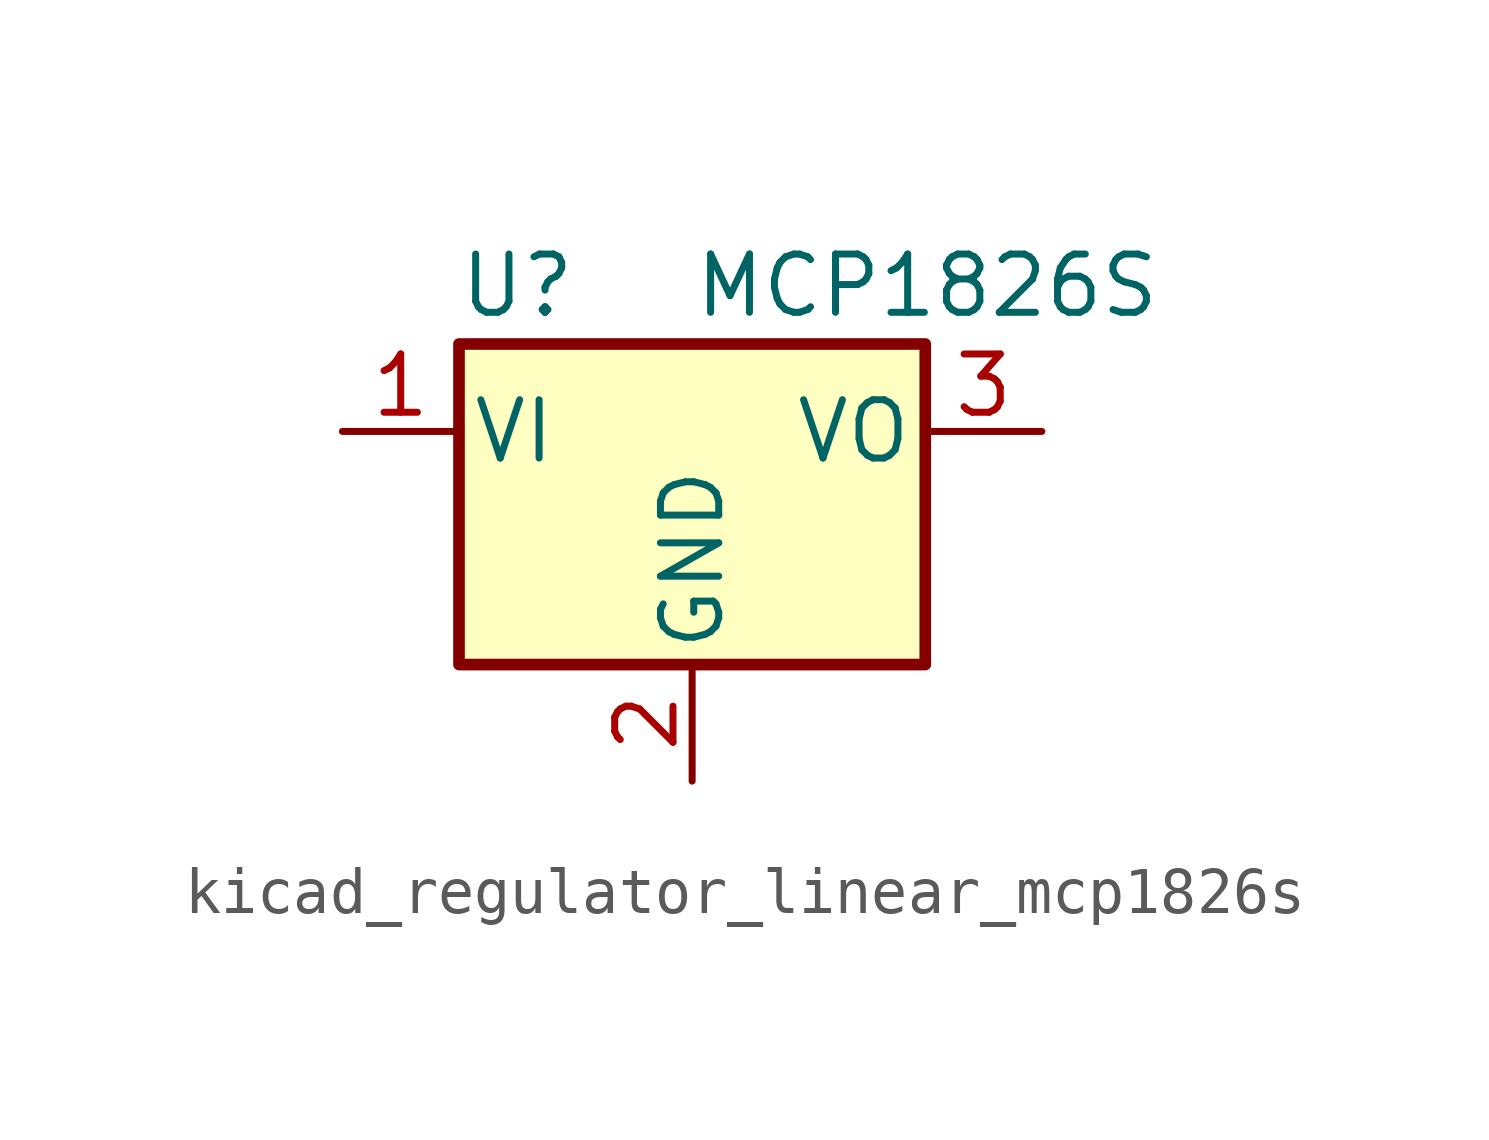
<source format=kicad_sym>
(kicad_symbol_lib
  (version 20220914)
  (generator kicad_symbol_editor)
  (symbol "kicad_regulator_linear_mcp1826s"
    (pin_names
      (offset 0.254))
    (property "Reference" "U"
      (at -3.81 3.175 0)
      (effects (font (size 1.27 1.27))))
    (property "Value" "MCP1826S"
      (at 0 3.175 0)
      (effects (font (size 1.27 1.27)) (justify left)))
    (symbol "kicad_regulator_linear_mcp1826s_0_1"
      (rectangle (start -5.08 1.905) (end 5.08 -5.08) (stroke (width 0.254) (type default)) (fill (type background))))
    (symbol "kicad_regulator_linear_mcp1826s_1_1"
      (pin power_in line (at -7.62 0 0) (length 2.54) (name "VI" (effects (font (size 1.27 1.27)))) (number "1" (effects (font (size 1.27 1.27)))))
      (pin power_in line (at 0 -7.62 90) (length 2.54) (name "GND" (effects (font (size 1.27 1.27)))) (number "2" (effects (font (size 1.27 1.27)))))
      (pin power_out line (at 7.62 0 180) (length 2.54) (name "VO" (effects (font (size 1.27 1.27)))) (number "3" (effects (font (size 1.27 1.27))))))))
</source>
